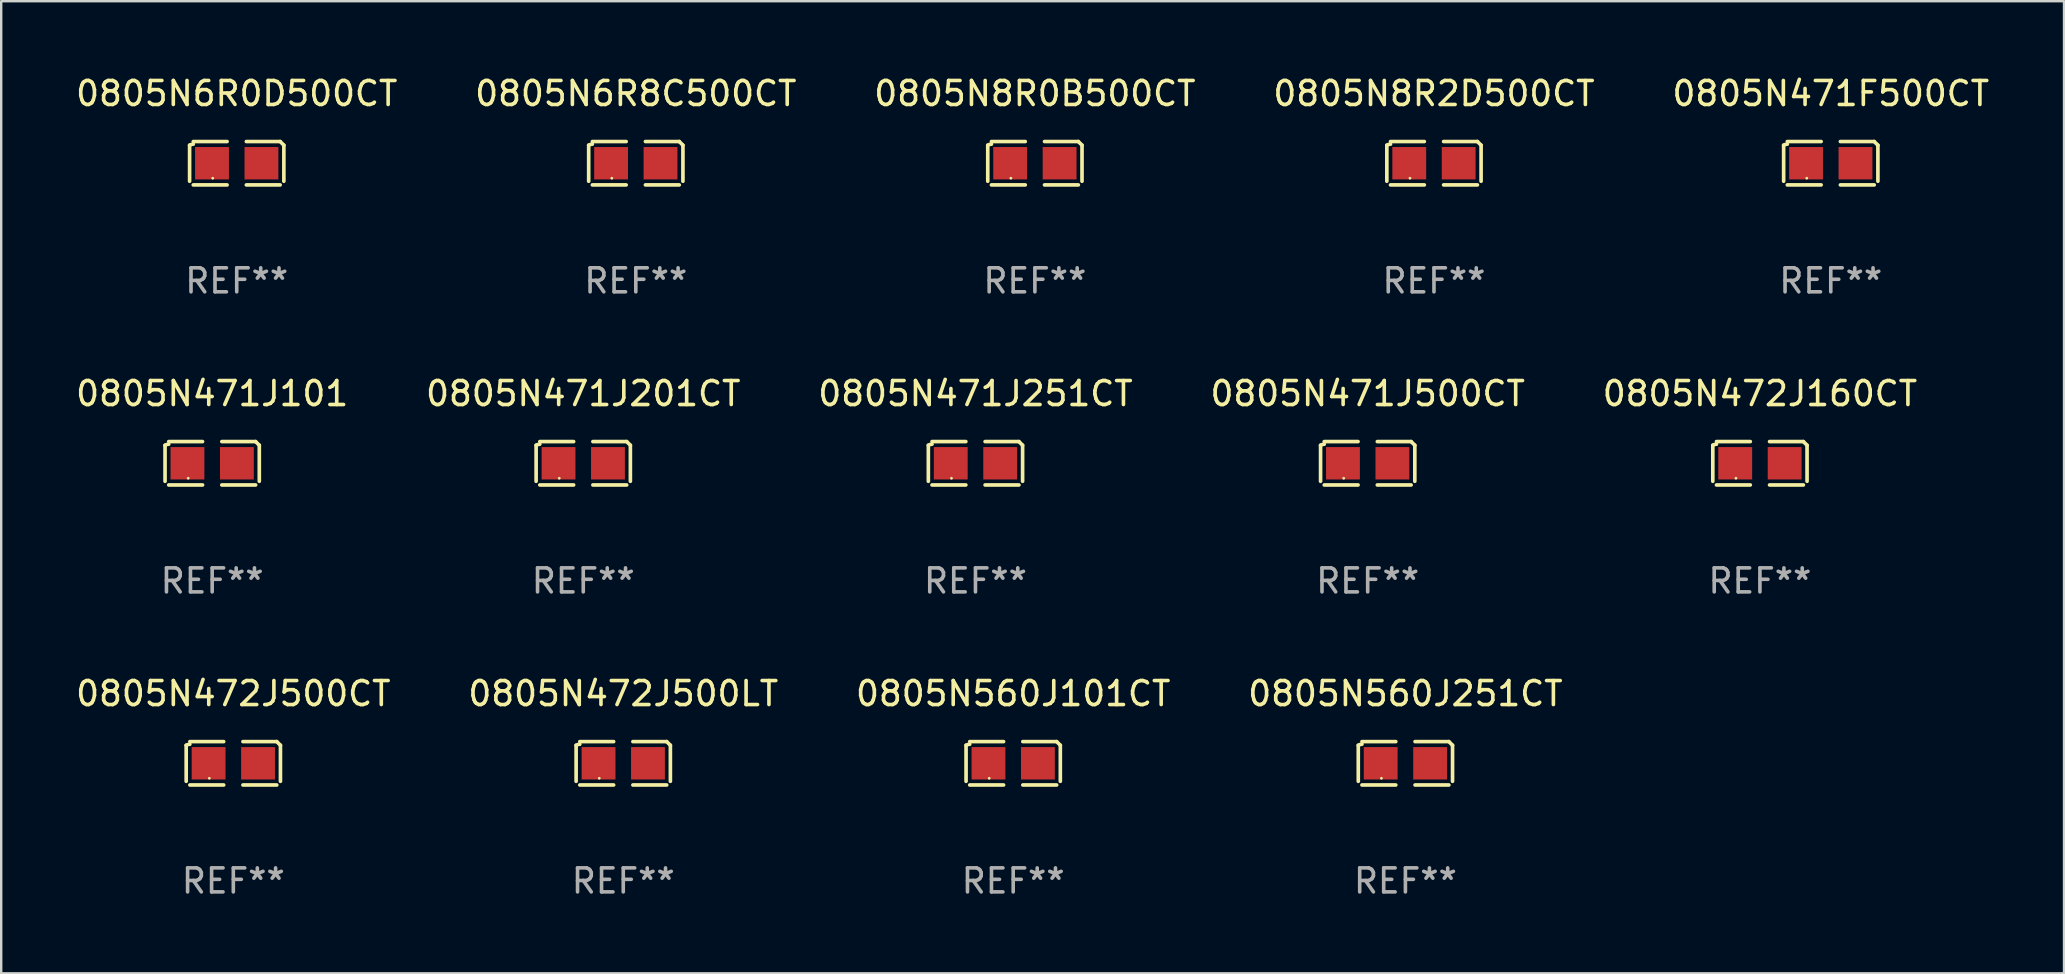
<source format=kicad_pcb>
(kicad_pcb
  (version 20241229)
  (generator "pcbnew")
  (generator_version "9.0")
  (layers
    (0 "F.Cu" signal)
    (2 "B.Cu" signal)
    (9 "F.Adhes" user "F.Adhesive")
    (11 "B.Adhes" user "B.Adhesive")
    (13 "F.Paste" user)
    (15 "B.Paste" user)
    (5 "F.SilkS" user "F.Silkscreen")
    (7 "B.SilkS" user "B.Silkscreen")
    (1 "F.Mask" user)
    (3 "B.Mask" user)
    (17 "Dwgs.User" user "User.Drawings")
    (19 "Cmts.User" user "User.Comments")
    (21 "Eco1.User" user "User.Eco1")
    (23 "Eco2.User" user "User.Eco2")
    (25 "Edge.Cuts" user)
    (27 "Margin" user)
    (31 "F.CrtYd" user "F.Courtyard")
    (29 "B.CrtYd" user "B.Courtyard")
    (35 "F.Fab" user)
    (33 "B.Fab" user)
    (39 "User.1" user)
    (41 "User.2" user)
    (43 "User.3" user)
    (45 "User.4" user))
  (footprint "0805N472J160CT"
    (layer "F.Cu")
    (at 70.292 16.256)
    (property "Reference" "0805N472J160CT" (at 0 -2.904 0) (layer "F.SilkS") (effects (font (size 1 1) (thickness 0.15))))
    (attr through_hole)
    (fp_line (start -1.964 0.751) (end -1.964 -0.751) (stroke (width 0.152) (type solid)) (layer "F.SilkS"))
    (fp_line (start -1.811 -0.904) (end -0.401 -0.904) (stroke (width 0.152) (type solid)) (layer "F.SilkS"))
    (fp_line (start -0.401 0.904) (end -1.811 0.904) (stroke (width 0.152) (type solid)) (layer "F.SilkS"))
    (fp_line (start 0.401 0.904) (end 1.811 0.904) (stroke (width 0.152) (type solid)) (layer "F.SilkS"))
    (fp_line (start 1.811 -0.904) (end 0.401 -0.904) (stroke (width 0.152) (type solid)) (layer "F.SilkS"))
    (fp_line (start 1.964 0.751) (end 1.964 -0.751) (stroke (width 0.152) (type solid)) (layer "F.SilkS"))
    (fp_arc (start -1.963602 -0.751207) (mid -1.890354 -0.783131) (end -1.811201 -0.794044) (stroke (width 0.1524) (type solid)) (layer "F.SilkS"))
    (fp_arc (start 1.811202 -0.903607) (mid 1.887413 -0.827418) (end 1.963602 -0.751207) (stroke (width 0.1524) (type solid)) (layer "F.SilkS"))
    (fp_circle (center -1 0.625) (end -0.97 0.625) (stroke (width 0.06) (type solid)) (fill no) (layer "F.SilkS"))
    (fp_text user "REF**" (at 0 4.904 0) (layer "F.Fab") (effects (font (size 1 1) (thickness 0.15))))
    (pad "1" smd rect (at -1.03 0) (size 1.41 1.35) (layers "F.Cu" "F.Mask" "F.Paste"))
    (pad "2" smd rect (at 1.03 0) (size 1.41 1.35) (layers "F.Cu" "F.Mask" "F.Paste")))
  (footprint "0805N6R0D500CT"
    (layer "F.Cu")
    (at 6.815 3.752)
    (property "Reference" "0805N6R0D500CT" (at 0 -2.904 0) (layer "F.SilkS") (effects (font (size 1 1) (thickness 0.15))))
    (attr through_hole)
    (fp_line (start -1.964 0.751) (end -1.964 -0.751) (stroke (width 0.152) (type solid)) (layer "F.SilkS"))
    (fp_line (start -1.811 -0.904) (end -0.401 -0.904) (stroke (width 0.152) (type solid)) (layer "F.SilkS"))
    (fp_line (start -0.401 0.904) (end -1.811 0.904) (stroke (width 0.152) (type solid)) (layer "F.SilkS"))
    (fp_line (start 0.401 0.904) (end 1.811 0.904) (stroke (width 0.152) (type solid)) (layer "F.SilkS"))
    (fp_line (start 1.811 -0.904) (end 0.401 -0.904) (stroke (width 0.152) (type solid)) (layer "F.SilkS"))
    (fp_line (start 1.964 0.751) (end 1.964 -0.751) (stroke (width 0.152) (type solid)) (layer "F.SilkS"))
    (fp_arc (start -1.963602 -0.751207) (mid -1.890354 -0.783131) (end -1.811201 -0.794044) (stroke (width 0.1524) (type solid)) (layer "F.SilkS"))
    (fp_arc (start 1.811202 -0.903607) (mid 1.887413 -0.827418) (end 1.963602 -0.751207) (stroke (width 0.1524) (type solid)) (layer "F.SilkS"))
    (fp_circle (center -1 0.625) (end -0.97 0.625) (stroke (width 0.06) (type solid)) (fill no) (layer "F.SilkS"))
    (fp_text user "REF**" (at 0 4.904 0) (layer "F.Fab") (effects (font (size 1 1) (thickness 0.15))))
    (pad "1" smd rect (at -1.03 0) (size 1.41 1.35) (layers "F.Cu" "F.Mask" "F.Paste"))
    (pad "2" smd rect (at 1.03 0) (size 1.41 1.35) (layers "F.Cu" "F.Mask" "F.Paste")))
  (footprint "0805N560J251CT"
    (layer "F.Cu")
    (at 55.518 28.759)
    (property "Reference" "0805N560J251CT" (at 0 -2.904 0) (layer "F.SilkS") (effects (font (size 1 1) (thickness 0.15))))
    (attr through_hole)
    (fp_line (start -1.964 0.751) (end -1.964 -0.751) (stroke (width 0.152) (type solid)) (layer "F.SilkS"))
    (fp_line (start -1.811 -0.904) (end -0.401 -0.904) (stroke (width 0.152) (type solid)) (layer "F.SilkS"))
    (fp_line (start -0.401 0.904) (end -1.811 0.904) (stroke (width 0.152) (type solid)) (layer "F.SilkS"))
    (fp_line (start 0.401 0.904) (end 1.811 0.904) (stroke (width 0.152) (type solid)) (layer "F.SilkS"))
    (fp_line (start 1.811 -0.904) (end 0.401 -0.904) (stroke (width 0.152) (type solid)) (layer "F.SilkS"))
    (fp_line (start 1.964 0.751) (end 1.964 -0.751) (stroke (width 0.152) (type solid)) (layer "F.SilkS"))
    (fp_arc (start -1.963602 -0.751207) (mid -1.890354 -0.783131) (end -1.811201 -0.794044) (stroke (width 0.1524) (type solid)) (layer "F.SilkS"))
    (fp_arc (start 1.811202 -0.903607) (mid 1.887413 -0.827418) (end 1.963602 -0.751207) (stroke (width 0.1524) (type solid)) (layer "F.SilkS"))
    (fp_circle (center -1 0.625) (end -0.97 0.625) (stroke (width 0.06) (type solid)) (fill no) (layer "F.SilkS"))
    (fp_text user "REF**" (at 0 4.904 0) (layer "F.Fab") (effects (font (size 1 1) (thickness 0.15))))
    (pad "1" smd rect (at -1.03 0) (size 1.41 1.35) (layers "F.Cu" "F.Mask" "F.Paste"))
    (pad "2" smd rect (at 1.03 0) (size 1.41 1.35) (layers "F.Cu" "F.Mask" "F.Paste")))
  (footprint "0805N560J101CT"
    (layer "F.Cu")
    (at 39.173 28.759)
    (property "Reference" "0805N560J101CT" (at 0 -2.904 0) (layer "F.SilkS") (effects (font (size 1 1) (thickness 0.15))))
    (attr through_hole)
    (fp_line (start -1.964 0.751) (end -1.964 -0.751) (stroke (width 0.152) (type solid)) (layer "F.SilkS"))
    (fp_line (start -1.811 -0.904) (end -0.401 -0.904) (stroke (width 0.152) (type solid)) (layer "F.SilkS"))
    (fp_line (start -0.401 0.904) (end -1.811 0.904) (stroke (width 0.152) (type solid)) (layer "F.SilkS"))
    (fp_line (start 0.401 0.904) (end 1.811 0.904) (stroke (width 0.152) (type solid)) (layer "F.SilkS"))
    (fp_line (start 1.811 -0.904) (end 0.401 -0.904) (stroke (width 0.152) (type solid)) (layer "F.SilkS"))
    (fp_line (start 1.964 0.751) (end 1.964 -0.751) (stroke (width 0.152) (type solid)) (layer "F.SilkS"))
    (fp_arc (start -1.963602 -0.751207) (mid -1.890354 -0.783131) (end -1.811201 -0.794044) (stroke (width 0.1524) (type solid)) (layer "F.SilkS"))
    (fp_arc (start 1.811202 -0.903607) (mid 1.887413 -0.827418) (end 1.963602 -0.751207) (stroke (width 0.1524) (type solid)) (layer "F.SilkS"))
    (fp_circle (center -1 0.625) (end -0.97 0.625) (stroke (width 0.06) (type solid)) (fill no) (layer "F.SilkS"))
    (fp_text user "REF**" (at 0 4.904 0) (layer "F.Fab") (effects (font (size 1 1) (thickness 0.15))))
    (pad "1" smd rect (at -1.03 0) (size 1.41 1.35) (layers "F.Cu" "F.Mask" "F.Paste"))
    (pad "2" smd rect (at 1.03 0) (size 1.41 1.35) (layers "F.Cu" "F.Mask" "F.Paste")))
  (footprint "0805N472J500LT"
    (layer "F.Cu")
    (at 22.923 28.759)
    (property "Reference" "0805N472J500LT" (at 0 -2.904 0) (layer "F.SilkS") (effects (font (size 1 1) (thickness 0.15))))
    (attr through_hole)
    (fp_line (start -1.964 0.751) (end -1.964 -0.751) (stroke (width 0.152) (type solid)) (layer "F.SilkS"))
    (fp_line (start -1.811 -0.904) (end -0.401 -0.904) (stroke (width 0.152) (type solid)) (layer "F.SilkS"))
    (fp_line (start -0.401 0.904) (end -1.811 0.904) (stroke (width 0.152) (type solid)) (layer "F.SilkS"))
    (fp_line (start 0.401 0.904) (end 1.811 0.904) (stroke (width 0.152) (type solid)) (layer "F.SilkS"))
    (fp_line (start 1.811 -0.904) (end 0.401 -0.904) (stroke (width 0.152) (type solid)) (layer "F.SilkS"))
    (fp_line (start 1.964 0.751) (end 1.964 -0.751) (stroke (width 0.152) (type solid)) (layer "F.SilkS"))
    (fp_arc (start -1.963602 -0.751207) (mid -1.890354 -0.783131) (end -1.811201 -0.794044) (stroke (width 0.1524) (type solid)) (layer "F.SilkS"))
    (fp_arc (start 1.811202 -0.903607) (mid 1.887413 -0.827418) (end 1.963602 -0.751207) (stroke (width 0.1524) (type solid)) (layer "F.SilkS"))
    (fp_circle (center -1 0.625) (end -0.97 0.625) (stroke (width 0.06) (type solid)) (fill no) (layer "F.SilkS"))
    (fp_text user "REF**" (at 0 4.904 0) (layer "F.Fab") (effects (font (size 1 1) (thickness 0.15))))
    (pad "1" smd rect (at -1.03 0) (size 1.41 1.35) (layers "F.Cu" "F.Mask" "F.Paste"))
    (pad "2" smd rect (at 1.03 0) (size 1.41 1.35) (layers "F.Cu" "F.Mask" "F.Paste")))
  (footprint "0805N8R0B500CT"
    (layer "F.Cu")
    (at 40.077 3.752)
    (property "Reference" "0805N8R0B500CT" (at 0 -2.904 0) (layer "F.SilkS") (effects (font (size 1 1) (thickness 0.15))))
    (attr through_hole)
    (fp_line (start -1.964 0.751) (end -1.964 -0.751) (stroke (width 0.152) (type solid)) (layer "F.SilkS"))
    (fp_line (start -1.811 -0.904) (end -0.401 -0.904) (stroke (width 0.152) (type solid)) (layer "F.SilkS"))
    (fp_line (start -0.401 0.904) (end -1.811 0.904) (stroke (width 0.152) (type solid)) (layer "F.SilkS"))
    (fp_line (start 0.401 0.904) (end 1.811 0.904) (stroke (width 0.152) (type solid)) (layer "F.SilkS"))
    (fp_line (start 1.811 -0.904) (end 0.401 -0.904) (stroke (width 0.152) (type solid)) (layer "F.SilkS"))
    (fp_line (start 1.964 0.751) (end 1.964 -0.751) (stroke (width 0.152) (type solid)) (layer "F.SilkS"))
    (fp_arc (start -1.963602 -0.751207) (mid -1.890354 -0.783131) (end -1.811201 -0.794044) (stroke (width 0.1524) (type solid)) (layer "F.SilkS"))
    (fp_arc (start 1.811202 -0.903607) (mid 1.887413 -0.827418) (end 1.963602 -0.751207) (stroke (width 0.1524) (type solid)) (layer "F.SilkS"))
    (fp_circle (center -1 0.625) (end -0.97 0.625) (stroke (width 0.06) (type solid)) (fill no) (layer "F.SilkS"))
    (fp_text user "REF**" (at 0 4.904 0) (layer "F.Fab") (effects (font (size 1 1) (thickness 0.15))))
    (pad "1" smd rect (at -1.03 0) (size 1.41 1.35) (layers "F.Cu" "F.Mask" "F.Paste"))
    (pad "2" smd rect (at 1.03 0) (size 1.41 1.35) (layers "F.Cu" "F.Mask" "F.Paste")))
  (footprint "0805N471J500CT"
    (layer "F.Cu")
    (at 53.946 16.256)
    (property "Reference" "0805N471J500CT" (at 0 -2.904 0) (layer "F.SilkS") (effects (font (size 1 1) (thickness 0.15))))
    (attr through_hole)
    (fp_line (start -1.964 0.751) (end -1.964 -0.751) (stroke (width 0.152) (type solid)) (layer "F.SilkS"))
    (fp_line (start -1.811 -0.904) (end -0.401 -0.904) (stroke (width 0.152) (type solid)) (layer "F.SilkS"))
    (fp_line (start -0.401 0.904) (end -1.811 0.904) (stroke (width 0.152) (type solid)) (layer "F.SilkS"))
    (fp_line (start 0.401 0.904) (end 1.811 0.904) (stroke (width 0.152) (type solid)) (layer "F.SilkS"))
    (fp_line (start 1.811 -0.904) (end 0.401 -0.904) (stroke (width 0.152) (type solid)) (layer "F.SilkS"))
    (fp_line (start 1.964 0.751) (end 1.964 -0.751) (stroke (width 0.152) (type solid)) (layer "F.SilkS"))
    (fp_arc (start -1.963602 -0.751207) (mid -1.890354 -0.783131) (end -1.811201 -0.794044) (stroke (width 0.1524) (type solid)) (layer "F.SilkS"))
    (fp_arc (start 1.811202 -0.903607) (mid 1.887413 -0.827418) (end 1.963602 -0.751207) (stroke (width 0.1524) (type solid)) (layer "F.SilkS"))
    (fp_circle (center -1 0.625) (end -0.97 0.625) (stroke (width 0.06) (type solid)) (fill no) (layer "F.SilkS"))
    (fp_text user "REF**" (at 0 4.904 0) (layer "F.Fab") (effects (font (size 1 1) (thickness 0.15))))
    (pad "1" smd rect (at -1.03 0) (size 1.41 1.35) (layers "F.Cu" "F.Mask" "F.Paste"))
    (pad "2" smd rect (at 1.03 0) (size 1.41 1.35) (layers "F.Cu" "F.Mask" "F.Paste")))
  (footprint "0805N472J500CT"
    (layer "F.Cu")
    (at 6.673 28.759)
    (property "Reference" "0805N472J500CT" (at 0 -2.904 0) (layer "F.SilkS") (effects (font (size 1 1) (thickness 0.15))))
    (attr through_hole)
    (fp_line (start -1.964 0.751) (end -1.964 -0.751) (stroke (width 0.152) (type solid)) (layer "F.SilkS"))
    (fp_line (start -1.811 -0.904) (end -0.401 -0.904) (stroke (width 0.152) (type solid)) (layer "F.SilkS"))
    (fp_line (start -0.401 0.904) (end -1.811 0.904) (stroke (width 0.152) (type solid)) (layer "F.SilkS"))
    (fp_line (start 0.401 0.904) (end 1.811 0.904) (stroke (width 0.152) (type solid)) (layer "F.SilkS"))
    (fp_line (start 1.811 -0.904) (end 0.401 -0.904) (stroke (width 0.152) (type solid)) (layer "F.SilkS"))
    (fp_line (start 1.964 0.751) (end 1.964 -0.751) (stroke (width 0.152) (type solid)) (layer "F.SilkS"))
    (fp_arc (start -1.963602 -0.751207) (mid -1.890354 -0.783131) (end -1.811201 -0.794044) (stroke (width 0.1524) (type solid)) (layer "F.SilkS"))
    (fp_arc (start 1.811202 -0.903607) (mid 1.887413 -0.827418) (end 1.963602 -0.751207) (stroke (width 0.1524) (type solid)) (layer "F.SilkS"))
    (fp_circle (center -1 0.625) (end -0.97 0.625) (stroke (width 0.06) (type solid)) (fill no) (layer "F.SilkS"))
    (fp_text user "REF**" (at 0 4.904 0) (layer "F.Fab") (effects (font (size 1 1) (thickness 0.15))))
    (pad "1" smd rect (at -1.03 0) (size 1.41 1.35) (layers "F.Cu" "F.Mask" "F.Paste"))
    (pad "2" smd rect (at 1.03 0) (size 1.41 1.35) (layers "F.Cu" "F.Mask" "F.Paste")))
  (footprint "0805N471J251CT"
    (layer "F.Cu")
    (at 37.601 16.256)
    (property "Reference" "0805N471J251CT" (at 0 -2.904 0) (layer "F.SilkS") (effects (font (size 1 1) (thickness 0.15))))
    (attr through_hole)
    (fp_line (start -1.964 0.751) (end -1.964 -0.751) (stroke (width 0.152) (type solid)) (layer "F.SilkS"))
    (fp_line (start -1.811 -0.904) (end -0.401 -0.904) (stroke (width 0.152) (type solid)) (layer "F.SilkS"))
    (fp_line (start -0.401 0.904) (end -1.811 0.904) (stroke (width 0.152) (type solid)) (layer "F.SilkS"))
    (fp_line (start 0.401 0.904) (end 1.811 0.904) (stroke (width 0.152) (type solid)) (layer "F.SilkS"))
    (fp_line (start 1.811 -0.904) (end 0.401 -0.904) (stroke (width 0.152) (type solid)) (layer "F.SilkS"))
    (fp_line (start 1.964 0.751) (end 1.964 -0.751) (stroke (width 0.152) (type solid)) (layer "F.SilkS"))
    (fp_arc (start -1.963602 -0.751207) (mid -1.890354 -0.783131) (end -1.811201 -0.794044) (stroke (width 0.1524) (type solid)) (layer "F.SilkS"))
    (fp_arc (start 1.811202 -0.903607) (mid 1.887413 -0.827418) (end 1.963602 -0.751207) (stroke (width 0.1524) (type solid)) (layer "F.SilkS"))
    (fp_circle (center -1 0.625) (end -0.97 0.625) (stroke (width 0.06) (type solid)) (fill no) (layer "F.SilkS"))
    (fp_text user "REF**" (at 0 4.904 0) (layer "F.Fab") (effects (font (size 1 1) (thickness 0.15))))
    (pad "1" smd rect (at -1.03 0) (size 1.41 1.35) (layers "F.Cu" "F.Mask" "F.Paste"))
    (pad "2" smd rect (at 1.03 0) (size 1.41 1.35) (layers "F.Cu" "F.Mask" "F.Paste")))
  (footprint "0805N471J101"
    (layer "F.Cu")
    (at 5.792 16.256)
    (property "Reference" "0805N471J101" (at 0 -2.904 0) (layer "F.SilkS") (effects (font (size 1 1) (thickness 0.15))))
    (attr through_hole)
    (fp_line (start -1.964 0.751) (end -1.964 -0.751) (stroke (width 0.152) (type solid)) (layer "F.SilkS"))
    (fp_line (start -1.811 -0.904) (end -0.401 -0.904) (stroke (width 0.152) (type solid)) (layer "F.SilkS"))
    (fp_line (start -0.401 0.904) (end -1.811 0.904) (stroke (width 0.152) (type solid)) (layer "F.SilkS"))
    (fp_line (start 0.401 0.904) (end 1.811 0.904) (stroke (width 0.152) (type solid)) (layer "F.SilkS"))
    (fp_line (start 1.811 -0.904) (end 0.401 -0.904) (stroke (width 0.152) (type solid)) (layer "F.SilkS"))
    (fp_line (start 1.964 0.751) (end 1.964 -0.751) (stroke (width 0.152) (type solid)) (layer "F.SilkS"))
    (fp_arc (start -1.963602 -0.751207) (mid -1.890354 -0.783131) (end -1.811201 -0.794044) (stroke (width 0.1524) (type solid)) (layer "F.SilkS"))
    (fp_arc (start 1.811202 -0.903607) (mid 1.887413 -0.827418) (end 1.963602 -0.751207) (stroke (width 0.1524) (type solid)) (layer "F.SilkS"))
    (fp_circle (center -1 0.625) (end -0.97 0.625) (stroke (width 0.06) (type solid)) (fill no) (layer "F.SilkS"))
    (fp_text user "REF**" (at 0 4.904 0) (layer "F.Fab") (effects (font (size 1 1) (thickness 0.15))))
    (pad "1" smd rect (at -1.03 0) (size 1.41 1.35) (layers "F.Cu" "F.Mask" "F.Paste"))
    (pad "2" smd rect (at 1.03 0) (size 1.41 1.35) (layers "F.Cu" "F.Mask" "F.Paste")))
  (footprint "0805N8R2D500CT"
    (layer "F.Cu")
    (at 56.708 3.752)
    (property "Reference" "0805N8R2D500CT" (at 0 -2.904 0) (layer "F.SilkS") (effects (font (size 1 1) (thickness 0.15))))
    (attr through_hole)
    (fp_line (start -1.964 0.751) (end -1.964 -0.751) (stroke (width 0.152) (type solid)) (layer "F.SilkS"))
    (fp_line (start -1.811 -0.904) (end -0.401 -0.904) (stroke (width 0.152) (type solid)) (layer "F.SilkS"))
    (fp_line (start -0.401 0.904) (end -1.811 0.904) (stroke (width 0.152) (type solid)) (layer "F.SilkS"))
    (fp_line (start 0.401 0.904) (end 1.811 0.904) (stroke (width 0.152) (type solid)) (layer "F.SilkS"))
    (fp_line (start 1.811 -0.904) (end 0.401 -0.904) (stroke (width 0.152) (type solid)) (layer "F.SilkS"))
    (fp_line (start 1.964 0.751) (end 1.964 -0.751) (stroke (width 0.152) (type solid)) (layer "F.SilkS"))
    (fp_arc (start -1.963602 -0.751207) (mid -1.890354 -0.783131) (end -1.811201 -0.794044) (stroke (width 0.1524) (type solid)) (layer "F.SilkS"))
    (fp_arc (start 1.811202 -0.903607) (mid 1.887413 -0.827418) (end 1.963602 -0.751207) (stroke (width 0.1524) (type solid)) (layer "F.SilkS"))
    (fp_circle (center -1 0.625) (end -0.97 0.625) (stroke (width 0.06) (type solid)) (fill no) (layer "F.SilkS"))
    (fp_text user "REF**" (at 0 4.904 0) (layer "F.Fab") (effects (font (size 1 1) (thickness 0.15))))
    (pad "1" smd rect (at -1.03 0) (size 1.41 1.35) (layers "F.Cu" "F.Mask" "F.Paste"))
    (pad "2" smd rect (at 1.03 0) (size 1.41 1.35) (layers "F.Cu" "F.Mask" "F.Paste")))
  (footprint "0805N6R8C500CT"
    (layer "F.Cu")
    (at 23.446 3.752)
    (property "Reference" "0805N6R8C500CT" (at 0 -2.904 0) (layer "F.SilkS") (effects (font (size 1 1) (thickness 0.15))))
    (attr through_hole)
    (fp_line (start -1.964 0.751) (end -1.964 -0.751) (stroke (width 0.152) (type solid)) (layer "F.SilkS"))
    (fp_line (start -1.811 -0.904) (end -0.401 -0.904) (stroke (width 0.152) (type solid)) (layer "F.SilkS"))
    (fp_line (start -0.401 0.904) (end -1.811 0.904) (stroke (width 0.152) (type solid)) (layer "F.SilkS"))
    (fp_line (start 0.401 0.904) (end 1.811 0.904) (stroke (width 0.152) (type solid)) (layer "F.SilkS"))
    (fp_line (start 1.811 -0.904) (end 0.401 -0.904) (stroke (width 0.152) (type solid)) (layer "F.SilkS"))
    (fp_line (start 1.964 0.751) (end 1.964 -0.751) (stroke (width 0.152) (type solid)) (layer "F.SilkS"))
    (fp_arc (start -1.963602 -0.751207) (mid -1.890354 -0.783131) (end -1.811201 -0.794044) (stroke (width 0.1524) (type solid)) (layer "F.SilkS"))
    (fp_arc (start 1.811202 -0.903607) (mid 1.887413 -0.827418) (end 1.963602 -0.751207) (stroke (width 0.1524) (type solid)) (layer "F.SilkS"))
    (fp_circle (center -1 0.625) (end -0.97 0.625) (stroke (width 0.06) (type solid)) (fill no) (layer "F.SilkS"))
    (fp_text user "REF**" (at 0 4.904 0) (layer "F.Fab") (effects (font (size 1 1) (thickness 0.15))))
    (pad "1" smd rect (at -1.03 0) (size 1.41 1.35) (layers "F.Cu" "F.Mask" "F.Paste"))
    (pad "2" smd rect (at 1.03 0) (size 1.41 1.35) (layers "F.Cu" "F.Mask" "F.Paste")))
  (footprint "0805N471F500CT"
    (layer "F.Cu")
    (at 73.244 3.752)
    (property "Reference" "0805N471F500CT" (at 0 -2.904 0) (layer "F.SilkS") (effects (font (size 1 1) (thickness 0.15))))
    (attr through_hole)
    (fp_line (start -1.964 0.751) (end -1.964 -0.751) (stroke (width 0.152) (type solid)) (layer "F.SilkS"))
    (fp_line (start -1.811 -0.904) (end -0.401 -0.904) (stroke (width 0.152) (type solid)) (layer "F.SilkS"))
    (fp_line (start -0.401 0.904) (end -1.811 0.904) (stroke (width 0.152) (type solid)) (layer "F.SilkS"))
    (fp_line (start 0.401 0.904) (end 1.811 0.904) (stroke (width 0.152) (type solid)) (layer "F.SilkS"))
    (fp_line (start 1.811 -0.904) (end 0.401 -0.904) (stroke (width 0.152) (type solid)) (layer "F.SilkS"))
    (fp_line (start 1.964 0.751) (end 1.964 -0.751) (stroke (width 0.152) (type solid)) (layer "F.SilkS"))
    (fp_arc (start -1.963602 -0.751207) (mid -1.890354 -0.783131) (end -1.811201 -0.794044) (stroke (width 0.1524) (type solid)) (layer "F.SilkS"))
    (fp_arc (start 1.811202 -0.903607) (mid 1.887413 -0.827418) (end 1.963602 -0.751207) (stroke (width 0.1524) (type solid)) (layer "F.SilkS"))
    (fp_circle (center -1 0.625) (end -0.97 0.625) (stroke (width 0.06) (type solid)) (fill no) (layer "F.SilkS"))
    (fp_text user "REF**" (at 0 4.904 0) (layer "F.Fab") (effects (font (size 1 1) (thickness 0.15))))
    (pad "1" smd rect (at -1.03 0) (size 1.41 1.35) (layers "F.Cu" "F.Mask" "F.Paste"))
    (pad "2" smd rect (at 1.03 0) (size 1.41 1.35) (layers "F.Cu" "F.Mask" "F.Paste")))
  (footprint "0805N471J201CT"
    (layer "F.Cu")
    (at 21.256 16.256)
    (property "Reference" "0805N471J201CT" (at 0 -2.904 0) (layer "F.SilkS") (effects (font (size 1 1) (thickness 0.15))))
    (attr through_hole)
    (fp_line (start -1.964 0.751) (end -1.964 -0.751) (stroke (width 0.152) (type solid)) (layer "F.SilkS"))
    (fp_line (start -1.811 -0.904) (end -0.401 -0.904) (stroke (width 0.152) (type solid)) (layer "F.SilkS"))
    (fp_line (start -0.401 0.904) (end -1.811 0.904) (stroke (width 0.152) (type solid)) (layer "F.SilkS"))
    (fp_line (start 0.401 0.904) (end 1.811 0.904) (stroke (width 0.152) (type solid)) (layer "F.SilkS"))
    (fp_line (start 1.811 -0.904) (end 0.401 -0.904) (stroke (width 0.152) (type solid)) (layer "F.SilkS"))
    (fp_line (start 1.964 0.751) (end 1.964 -0.751) (stroke (width 0.152) (type solid)) (layer "F.SilkS"))
    (fp_arc (start -1.963602 -0.751207) (mid -1.890354 -0.783131) (end -1.811201 -0.794044) (stroke (width 0.1524) (type solid)) (layer "F.SilkS"))
    (fp_arc (start 1.811202 -0.903607) (mid 1.887413 -0.827418) (end 1.963602 -0.751207) (stroke (width 0.1524) (type solid)) (layer "F.SilkS"))
    (fp_circle (center -1 0.625) (end -0.97 0.625) (stroke (width 0.06) (type solid)) (fill no) (layer "F.SilkS"))
    (fp_text user "REF**" (at 0 4.904 0) (layer "F.Fab") (effects (font (size 1 1) (thickness 0.15))))
    (pad "1" smd rect (at -1.03 0) (size 1.41 1.35) (layers "F.Cu" "F.Mask" "F.Paste"))
    (pad "2" smd rect (at 1.03 0) (size 1.41 1.35) (layers "F.Cu" "F.Mask" "F.Paste")))
  (gr_rect
    (start -3 -3)
    (end 82.964 37.511)
    (stroke (width 0.1) (type default))
    (fill no)
    (layer "Edge.Cuts")))
</source>
